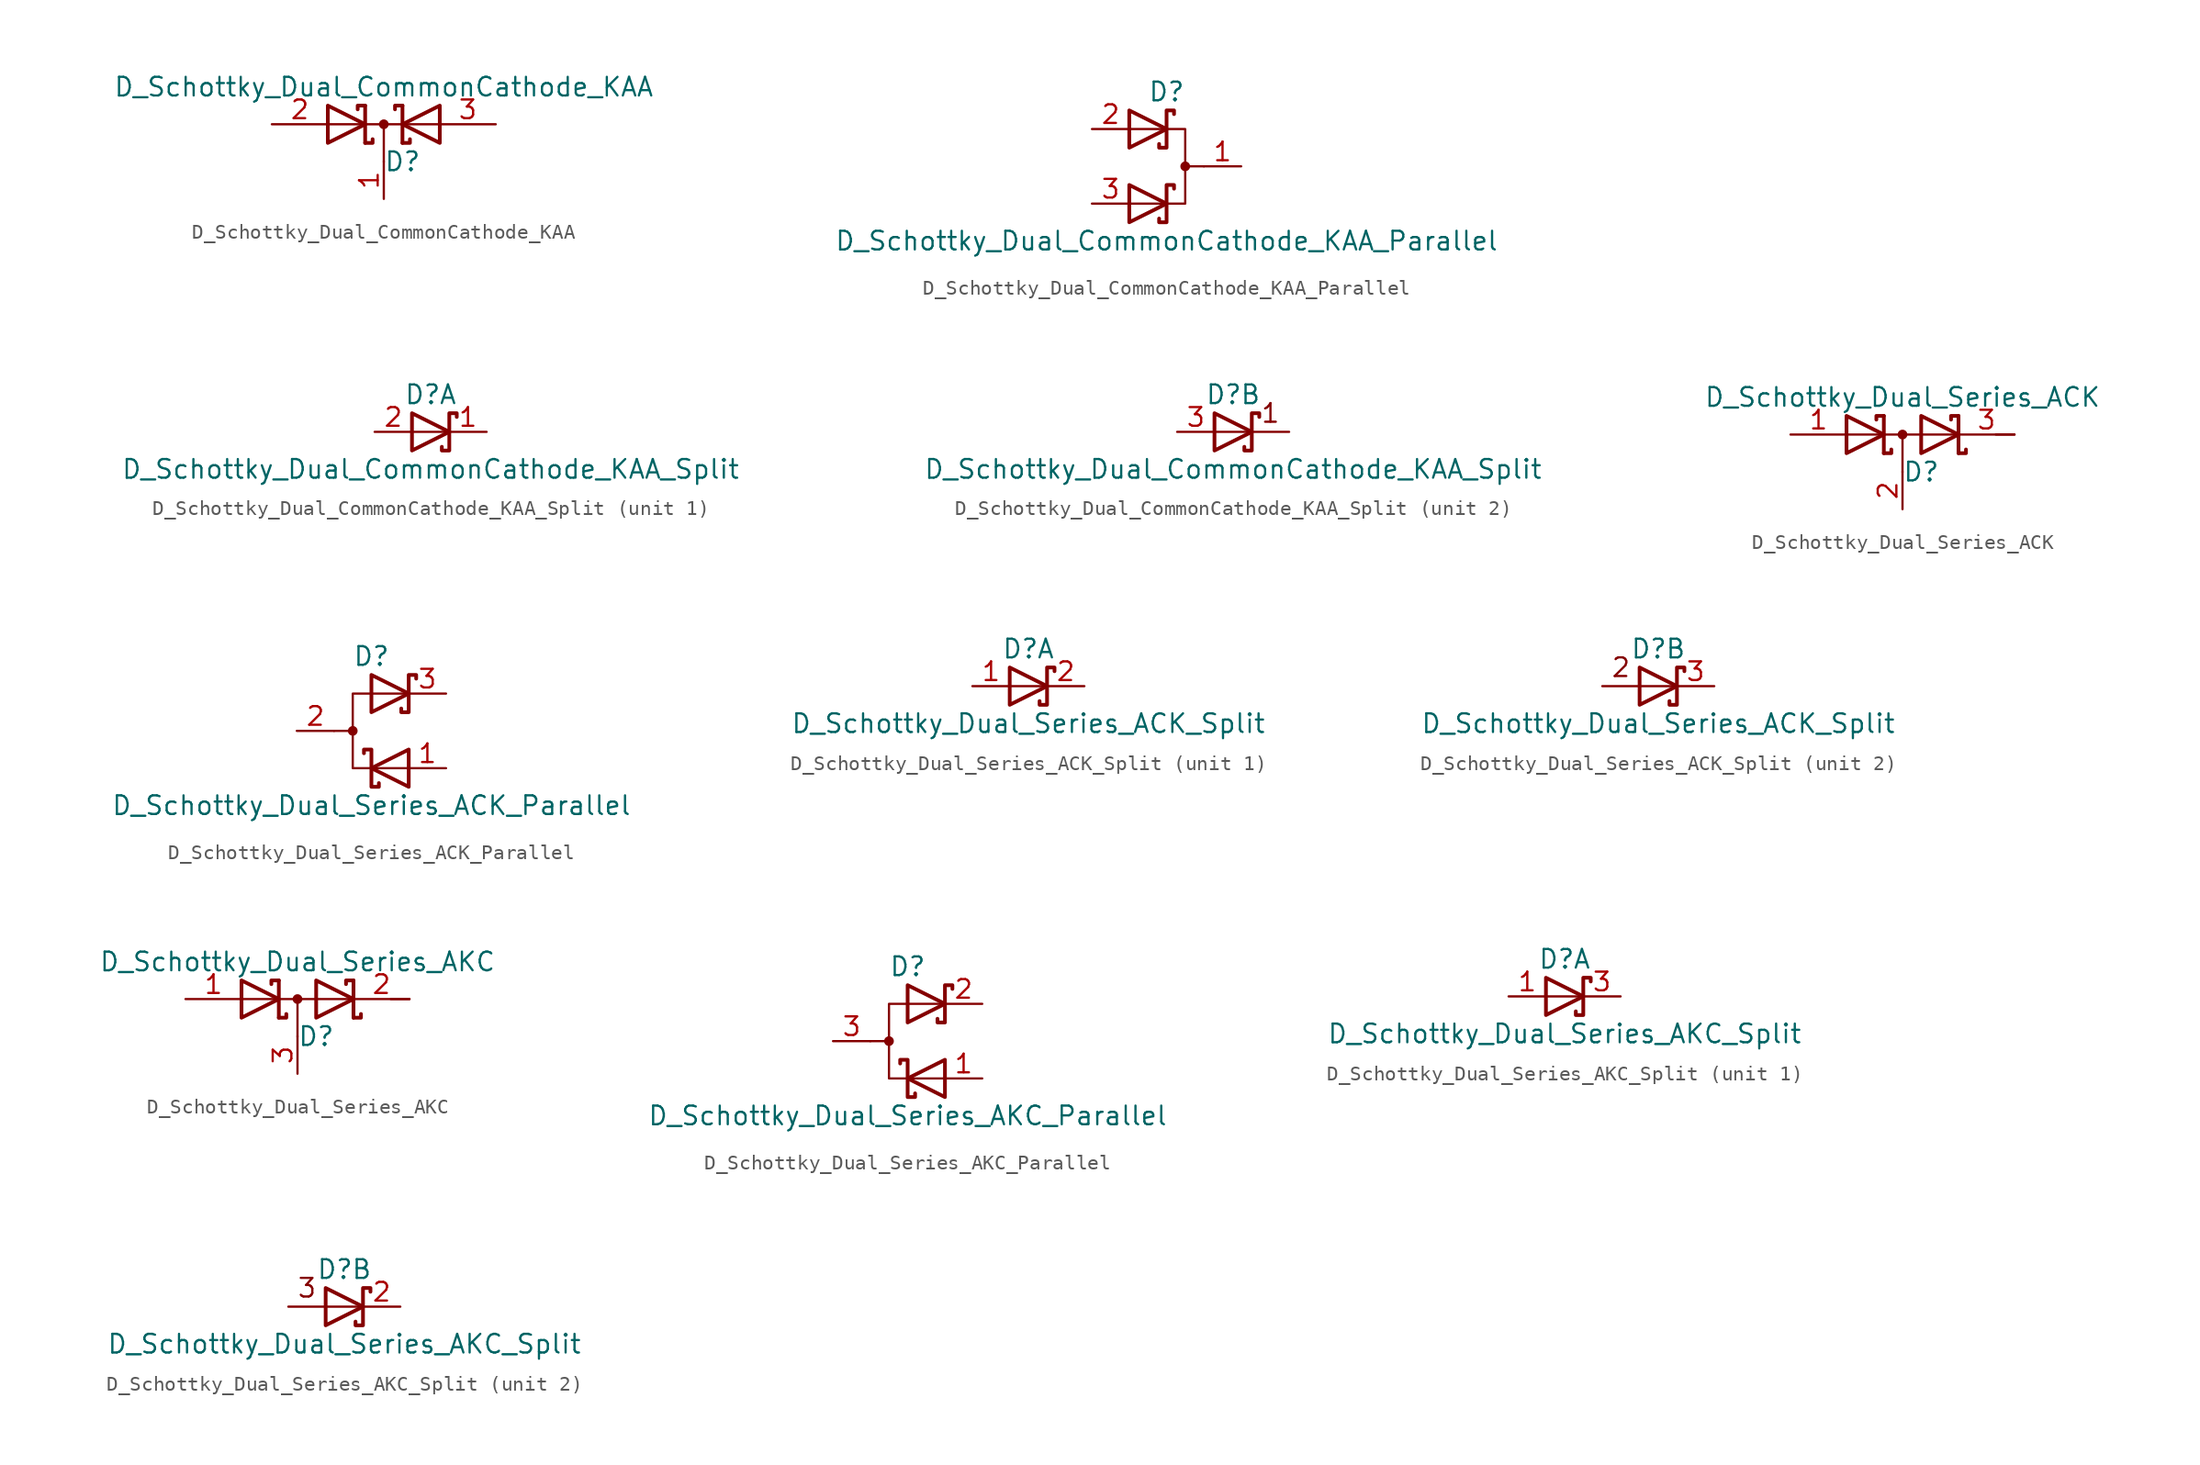
<source format=kicad_sym>
(kicad_symbol_lib
  (version 20201005)
  (generator kicad_symbol_editor)
  (symbol "D_Schottky_Dual_CommonCathode_KAA"
    (pin_names
      (offset 0.762) hide)
    (property "Reference" "D"
      (at 1.27 -2.54 0)
      (effects (font (size 1.27 1.27))))
    (property "Value" "D_Schottky_Dual_CommonCathode_KAA"
      (at 0 2.54 0)
      (effects (font (size 1.27 1.27))))
    (symbol "D_Schottky_Dual_CommonCathode_KAA_0_1"
      (circle (center 0 0) (radius 0.254) (stroke (width 0)) (fill (type outline)))
      (polyline (pts (xy -3.81 0) (xy 3.81 0)) (stroke (width 0)) (fill (type none)))
      (polyline (pts (xy 0 0) (xy 0 -2.54)) (stroke (width 0)) (fill (type none)))
      (polyline (pts (xy -1.27 -1.27) (xy -1.27 1.27) (xy -1.27 1.27)) (stroke (width 0.254)) (fill (type none)))
      (polyline (pts (xy 1.27 -1.27) (xy 1.27 1.27) (xy 1.27 1.27)) (stroke (width 0.254)) (fill (type none)))
      (polyline (pts (xy -1.27 -1.27) (xy -0.762 -1.27) (xy -0.762 -1.016) (xy -0.762 -1.016)) (stroke (width 0.254)) (fill (type none)))
      (polyline (pts (xy 1.27 -1.27) (xy 1.778 -1.27) (xy 1.778 -1.016) (xy 1.778 -1.016)) (stroke (width 0.254)) (fill (type none)))
      (polyline (pts (xy 1.27 1.27) (xy 0.762 1.27) (xy 0.762 1.016) (xy 0.762 1.016)) (stroke (width 0.254)) (fill (type none)))
      (polyline (pts (xy -1.778 1.016) (xy -1.778 1.27) (xy -1.27 1.27) (xy -1.27 1.27) (xy -1.27 1.27)) (stroke (width 0.254)) (fill (type none)))
      (polyline (pts (xy -3.81 1.27) (xy -1.27 0) (xy -3.81 -1.27) (xy -3.81 1.27) (xy -3.81 1.27) (xy -3.81 1.27)) (stroke (width 0.254)) (fill (type none)))
      (polyline (pts (xy 3.81 -1.27) (xy 1.27 0) (xy 3.81 1.27) (xy 3.81 -1.27) (xy 3.81 -1.27) (xy 3.81 -1.27)) (stroke (width 0.254)) (fill (type none)))
      (pin passive line (at 0 -5.08 90) (length 2.54) (name "K" (effects (font (size 1.27 1.27)))) (number "1" (effects (font (size 1.27 1.27)))))
      (pin passive line (at -7.62 0 0) (length 3.81) (name "A" (effects (font (size 1.27 1.27)))) (number "2" (effects (font (size 1.27 1.27)))))
      (pin passive line (at 7.62 0 180) (length 3.81) (name "A" (effects (font (size 1.27 1.27)))) (number "3" (effects (font (size 1.27 1.27)))))))
  (symbol "D_Schottky_Dual_CommonCathode_KAA_Parallel"
    (pin_names
      (offset 0.762) hide)
    (property "Reference" "D"
      (at 0 5.08 0)
      (effects (font (size 1.27 1.27))))
    (property "Value" "D_Schottky_Dual_CommonCathode_KAA_Parallel"
      (at 0 -5.08 0)
      (effects (font (size 1.27 1.27))))
    (symbol "D_Schottky_Dual_CommonCathode_KAA_Parallel_0_1"
      (circle (center 1.27 0) (radius 0.254) (stroke (width 0)) (fill (type outline)))
      (polyline (pts (xy 1.27 0) (xy 2.54 0)) (stroke (width 0)) (fill (type none)))
      (polyline (pts (xy -2.54 -2.54) (xy 1.27 -2.54) (xy 1.27 2.54) (xy -2.54 2.54)) (stroke (width 0)) (fill (type none)))
      (polyline (pts (xy -2.54 -1.27) (xy 0 -2.54) (xy -2.54 -3.81) (xy -2.54 -1.27) (xy -2.54 -1.27) (xy -2.54 -1.27)) (stroke (width 0.254)) (fill (type none)))
      (polyline (pts (xy -2.54 3.81) (xy 0 2.54) (xy -2.54 1.27) (xy -2.54 3.81) (xy -2.54 3.81) (xy -2.54 3.81)) (stroke (width 0.254)) (fill (type none)))
      (polyline (pts (xy 0.508 -1.524) (xy 0.508 -1.27) (xy 0 -1.27) (xy 0 -3.81) (xy -0.508 -3.81) (xy -0.508 -3.556)) (stroke (width 0.254)) (fill (type none)))
      (polyline (pts (xy 0.508 3.556) (xy 0.508 3.81) (xy 0 3.81) (xy 0 1.27) (xy -0.508 1.27) (xy -0.508 1.524)) (stroke (width 0.254)) (fill (type none)))
      (pin passive line (at 5.08 0 180) (length 2.54) (name "A" (effects (font (size 1.27 1.27)))) (number "1" (effects (font (size 1.27 1.27)))))
      (pin passive line (at -5.08 2.54 0) (length 2.54) (name "K" (effects (font (size 1.27 1.27)))) (number "2" (effects (font (size 1.27 1.27)))))
      (pin passive line (at -5.08 -2.54 0) (length 2.54) (name "K" (effects (font (size 1.27 1.27)))) (number "3" (effects (font (size 1.27 1.27)))))))
  (symbol "D_Schottky_Dual_CommonCathode_KAA_Split"
    (pin_names
      (offset 0.762) hide)
    (property "Reference" "D"
      (at 0 2.54 0)
      (effects (font (size 1.27 1.27))))
    (property "Value" "D_Schottky_Dual_CommonCathode_KAA_Split"
      (at 0 -2.54 0)
      (effects (font (size 1.27 1.27))))
    (property "ki_locked" ""
      (at 0 0 0)
      (effects (font (size 1.27 1.27))))
    (symbol "D_Schottky_Dual_CommonCathode_KAA_Split_0_1"
      (polyline (pts (xy -1.27 1.27) (xy 1.27 0) (xy -1.27 -1.27) (xy -1.27 1.27) (xy -1.27 1.27) (xy -1.27 1.27)) (stroke (width 0.254)) (fill (type none)))
      (polyline (pts (xy 1.778 1.016) (xy 1.778 1.27) (xy 1.27 1.27) (xy 1.27 -1.27) (xy 0.762 -1.27) (xy 0.762 -1.016)) (stroke (width 0.254)) (fill (type none))))
    (symbol "D_Schottky_Dual_CommonCathode_KAA_Split_1_1"
      (polyline (pts (xy 1.27 0) (xy -1.27 0)) (stroke (width 0)) (fill (type none)))
      (pin passive line (at 3.81 0 180) (length 2.54) (name "K" (effects (font (size 1.27 1.27)))) (number "1" (effects (font (size 1.27 1.27)))))
      (pin passive line (at -3.81 0 0) (length 2.54) (name "A" (effects (font (size 1.27 1.27)))) (number "2" (effects (font (size 1.27 1.27))))))
    (symbol "D_Schottky_Dual_CommonCathode_KAA_Split_2_0"
      (text "1" (at 2.54 1.27 0) (effects (font (size 1.27 1.27))))
      (polyline (pts (xy 3.81 0) (xy -1.27 0)) (stroke (width 0)) (fill (type none))))
    (symbol "D_Schottky_Dual_CommonCathode_KAA_Split_2_1"
      (pin passive line (at -3.81 0 0) (length 2.54) (name "K" (effects (font (size 1.27 1.27)))) (number "3" (effects (font (size 1.27 1.27)))))))
  (symbol "D_Schottky_Dual_Series_ACK"
    (pin_names
      (offset 0.762) hide)
    (property "Reference" "D"
      (at 1.27 -2.54 0)
      (effects (font (size 1.27 1.27))))
    (property "Value" "D_Schottky_Dual_Series_ACK"
      (at 0 2.54 0)
      (effects (font (size 1.27 1.27))))
    (symbol "D_Schottky_Dual_Series_ACK_0_1"
      (circle (center 0 0) (radius 0.254) (stroke (width 0)) (fill (type outline)))
      (polyline (pts (xy 0 0) (xy 0 -2.54)) (stroke (width 0)) (fill (type none)))
      (polyline (pts (xy 3.81 0) (xy -3.81 0)) (stroke (width 0)) (fill (type none)))
      (polyline (pts (xy 6.35 0) (xy 7.62 0)) (stroke (width 0)) (fill (type none)))
      (polyline (pts (xy -1.27 -1.27) (xy -1.27 1.27) (xy -1.27 1.27)) (stroke (width 0.254)) (fill (type none)))
      (polyline (pts (xy 3.81 1.27) (xy 3.81 -1.27) (xy 3.81 -1.27)) (stroke (width 0.254)) (fill (type none)))
      (polyline (pts (xy -1.27 -1.27) (xy -0.762 -1.27) (xy -0.762 -1.016) (xy -0.762 -1.016)) (stroke (width 0.254)) (fill (type none)))
      (polyline (pts (xy 3.81 -1.27) (xy 4.318 -1.27) (xy 4.318 -1.016) (xy 4.318 -1.016)) (stroke (width 0.254)) (fill (type none)))
      (polyline (pts (xy 3.81 1.27) (xy 3.302 1.27) (xy 3.302 1.016) (xy 3.302 1.016)) (stroke (width 0.254)) (fill (type none)))
      (polyline (pts (xy -1.778 1.016) (xy -1.778 1.27) (xy -1.27 1.27) (xy -1.27 1.27) (xy -1.27 1.27)) (stroke (width 0.254)) (fill (type none)))
      (polyline (pts (xy -3.81 1.27) (xy -1.27 0) (xy -3.81 -1.27) (xy -3.81 1.27) (xy -3.81 1.27) (xy -3.81 1.27)) (stroke (width 0.254)) (fill (type none)))
      (polyline (pts (xy 1.27 1.27) (xy 3.81 0) (xy 1.27 -1.27) (xy 1.27 1.27) (xy 1.27 1.27) (xy 1.27 1.27)) (stroke (width 0.254)) (fill (type none)))
      (pin passive line (at -7.62 0 0) (length 3.81) (name "A" (effects (font (size 1.27 1.27)))) (number "1" (effects (font (size 1.27 1.27)))))
      (pin passive line (at 0 -5.08 90) (length 2.54) (name "common" (effects (font (size 1.27 1.27)))) (number "2" (effects (font (size 1.27 1.27)))))
      (pin passive line (at 7.62 0 180) (length 3.81) (name "K" (effects (font (size 1.27 1.27)))) (number "3" (effects (font (size 1.27 1.27)))))))
  (symbol "D_Schottky_Dual_Series_ACK_Parallel"
    (pin_names
      (offset 0.762) hide)
    (property "Reference" "D"
      (at 0 5.08 0)
      (effects (font (size 1.27 1.27))))
    (property "Value" "D_Schottky_Dual_Series_ACK_Parallel"
      (at 0 -5.08 0)
      (effects (font (size 1.27 1.27))))
    (symbol "D_Schottky_Dual_Series_ACK_Parallel_0_1"
      (circle (center -1.27 0) (radius 0.254) (stroke (width 0)) (fill (type outline)))
      (polyline (pts (xy -1.27 0) (xy -2.54 0)) (stroke (width 0)) (fill (type none)))
      (polyline (pts (xy 2.54 2.54) (xy -1.27 2.54) (xy -1.27 -2.54) (xy 2.54 -2.54)) (stroke (width 0)) (fill (type none)))
      (polyline (pts (xy -0.508 -1.524) (xy -0.508 -1.27) (xy 0 -1.27) (xy 0 -3.81) (xy 0.508 -3.81) (xy 0.508 -3.556)) (stroke (width 0.254)) (fill (type none)))
      (polyline (pts (xy 0 3.81) (xy 2.54 2.54) (xy 0 1.27) (xy 0 3.81) (xy 0 3.81) (xy 0 3.81)) (stroke (width 0.254)) (fill (type none)))
      (polyline (pts (xy 2.54 -1.27) (xy 0 -2.54) (xy 2.54 -3.81) (xy 2.54 -1.27) (xy 2.54 -1.27) (xy 2.54 -1.27)) (stroke (width 0.254)) (fill (type none)))
      (polyline (pts (xy 3.048 3.556) (xy 3.048 3.81) (xy 2.54 3.81) (xy 2.54 1.27) (xy 2.032 1.27) (xy 2.032 1.524)) (stroke (width 0.254)) (fill (type none)))
      (pin passive line (at 5.08 -2.54 180) (length 2.54) (name "K" (effects (font (size 1.27 1.27)))) (number "1" (effects (font (size 1.27 1.27)))))
      (pin passive line (at -5.08 0 0) (length 2.54) (name "A" (effects (font (size 1.27 1.27)))) (number "2" (effects (font (size 1.27 1.27)))))
      (pin passive line (at 5.08 2.54 180) (length 2.54) (name "K" (effects (font (size 1.27 1.27)))) (number "3" (effects (font (size 1.27 1.27)))))))
  (symbol "D_Schottky_Dual_Series_ACK_Split"
    (pin_names
      (offset 0.762) hide)
    (property "Reference" "D"
      (at 0 2.54 0)
      (effects (font (size 1.27 1.27))))
    (property "Value" "D_Schottky_Dual_Series_ACK_Split"
      (at 0 -2.54 0)
      (effects (font (size 1.27 1.27))))
    (property "ki_locked" ""
      (at 0 0 0)
      (effects (font (size 1.27 1.27))))
    (symbol "D_Schottky_Dual_Series_ACK_Split_0_1"
      (polyline (pts (xy -1.27 1.27) (xy 1.27 0) (xy -1.27 -1.27) (xy -1.27 1.27) (xy -1.27 1.27) (xy -1.27 1.27)) (stroke (width 0.254)) (fill (type none)))
      (polyline (pts (xy 1.778 1.016) (xy 1.778 1.27) (xy 1.27 1.27) (xy 1.27 -1.27) (xy 0.762 -1.27) (xy 0.762 -1.016)) (stroke (width 0.254)) (fill (type none))))
    (symbol "D_Schottky_Dual_Series_ACK_Split_1_1"
      (polyline (pts (xy 1.27 0) (xy -1.27 0)) (stroke (width 0)) (fill (type none)))
      (pin passive line (at -3.81 0 0) (length 2.54) (name "A" (effects (font (size 1.27 1.27)))) (number "1" (effects (font (size 1.27 1.27)))))
      (pin passive line (at 3.81 0 180) (length 2.54) (name "K" (effects (font (size 1.27 1.27)))) (number "2" (effects (font (size 1.27 1.27))))))
    (symbol "D_Schottky_Dual_Series_ACK_Split_2_0"
      (text "2" (at -2.54 1.27 0) (effects (font (size 1.27 1.27))))
      (polyline (pts (xy 1.27 0) (xy -3.81 0)) (stroke (width 0)) (fill (type none))))
    (symbol "D_Schottky_Dual_Series_ACK_Split_2_1"
      (pin passive line (at 3.81 0 180) (length 2.54) (name "K" (effects (font (size 1.27 1.27)))) (number "3" (effects (font (size 1.27 1.27)))))))
  (symbol "D_Schottky_Dual_Series_AKC"
    (pin_names
      (offset 0.762) hide)
    (property "Reference" "D"
      (at 1.27 -2.54 0)
      (effects (font (size 1.27 1.27))))
    (property "Value" "D_Schottky_Dual_Series_AKC"
      (at 0 2.54 0)
      (effects (font (size 1.27 1.27))))
    (symbol "D_Schottky_Dual_Series_AKC_0_1"
      (circle (center 0 0) (radius 0.254) (stroke (width 0)) (fill (type outline)))
      (polyline (pts (xy -3.81 0) (xy 3.81 0)) (stroke (width 0)) (fill (type none)))
      (polyline (pts (xy 0 0) (xy 0 -2.54)) (stroke (width 0)) (fill (type none)))
      (polyline (pts (xy 6.35 0) (xy 7.62 0)) (stroke (width 0)) (fill (type none)))
      (polyline (pts (xy -1.27 -1.27) (xy -1.27 1.27) (xy -1.27 1.27)) (stroke (width 0.254)) (fill (type none)))
      (polyline (pts (xy 3.81 1.27) (xy 3.81 -1.27) (xy 3.81 -1.27)) (stroke (width 0.254)) (fill (type none)))
      (polyline (pts (xy -1.27 -1.27) (xy -0.762 -1.27) (xy -0.762 -1.016) (xy -0.762 -1.016)) (stroke (width 0.254)) (fill (type none)))
      (polyline (pts (xy 3.81 -1.27) (xy 4.318 -1.27) (xy 4.318 -1.016) (xy 4.318 -1.016)) (stroke (width 0.254)) (fill (type none)))
      (polyline (pts (xy 3.81 1.27) (xy 3.302 1.27) (xy 3.302 1.016) (xy 3.302 1.016)) (stroke (width 0.254)) (fill (type none)))
      (polyline (pts (xy -1.778 1.016) (xy -1.778 1.27) (xy -1.27 1.27) (xy -1.27 1.27) (xy -1.27 1.27)) (stroke (width 0.254)) (fill (type none)))
      (polyline (pts (xy -3.81 1.27) (xy -1.27 0) (xy -3.81 -1.27) (xy -3.81 1.27) (xy -3.81 1.27) (xy -3.81 1.27)) (stroke (width 0.254)) (fill (type none)))
      (polyline (pts (xy 1.27 1.27) (xy 3.81 0) (xy 1.27 -1.27) (xy 1.27 1.27) (xy 1.27 1.27) (xy 1.27 1.27)) (stroke (width 0.254)) (fill (type none)))
      (pin passive line (at -7.62 0 0) (length 3.81) (name "A" (effects (font (size 1.27 1.27)))) (number "1" (effects (font (size 1.27 1.27)))))
      (pin passive line (at 7.62 0 180) (length 3.81) (name "K" (effects (font (size 1.27 1.27)))) (number "2" (effects (font (size 1.27 1.27)))))
      (pin passive line (at 0 -5.08 90) (length 2.54) (name "common" (effects (font (size 1.27 1.27)))) (number "3" (effects (font (size 1.27 1.27)))))))
  (symbol "D_Schottky_Dual_Series_AKC_Parallel"
    (pin_names
      (offset 0.762) hide)
    (property "Reference" "D"
      (at 0 5.08 0)
      (effects (font (size 1.27 1.27))))
    (property "Value" "D_Schottky_Dual_Series_AKC_Parallel"
      (at 0 -5.08 0)
      (effects (font (size 1.27 1.27))))
    (symbol "D_Schottky_Dual_Series_AKC_Parallel_0_1"
      (circle (center -1.27 0) (radius 0.254) (stroke (width 0)) (fill (type outline)))
      (polyline (pts (xy -1.27 0) (xy -2.54 0)) (stroke (width 0)) (fill (type none)))
      (polyline (pts (xy 2.54 2.54) (xy -1.27 2.54) (xy -1.27 -2.54) (xy 2.54 -2.54)) (stroke (width 0)) (fill (type none)))
      (polyline (pts (xy -0.508 -1.524) (xy -0.508 -1.27) (xy 0 -1.27) (xy 0 -3.81) (xy 0.508 -3.81) (xy 0.508 -3.556)) (stroke (width 0.254)) (fill (type none)))
      (polyline (pts (xy 0 3.81) (xy 2.54 2.54) (xy 0 1.27) (xy 0 3.81) (xy 0 3.81) (xy 0 3.81)) (stroke (width 0.254)) (fill (type none)))
      (polyline (pts (xy 2.54 -1.27) (xy 0 -2.54) (xy 2.54 -3.81) (xy 2.54 -1.27) (xy 2.54 -1.27) (xy 2.54 -1.27)) (stroke (width 0.254)) (fill (type none)))
      (polyline (pts (xy 3.048 3.556) (xy 3.048 3.81) (xy 2.54 3.81) (xy 2.54 1.27) (xy 2.032 1.27) (xy 2.032 1.524)) (stroke (width 0.254)) (fill (type none)))
      (pin passive line (at 5.08 -2.54 180) (length 2.54) (name "K" (effects (font (size 1.27 1.27)))) (number "1" (effects (font (size 1.27 1.27)))))
      (pin passive line (at 5.08 2.54 180) (length 2.54) (name "K" (effects (font (size 1.27 1.27)))) (number "2" (effects (font (size 1.27 1.27)))))
      (pin passive line (at -5.08 0 0) (length 2.54) (name "A" (effects (font (size 1.27 1.27)))) (number "3" (effects (font (size 1.27 1.27)))))))
  (symbol "D_Schottky_Dual_Series_AKC_Split"
    (pin_names
      (offset 0.762) hide)
    (property "Reference" "D"
      (at 0 2.54 0)
      (effects (font (size 1.27 1.27))))
    (property "Value" "D_Schottky_Dual_Series_AKC_Split"
      (at 0 -2.54 0)
      (effects (font (size 1.27 1.27))))
    (property "ki_locked" ""
      (at 0 0 0)
      (effects (font (size 1.27 1.27))))
    (symbol "D_Schottky_Dual_Series_AKC_Split_0_1"
      (polyline (pts (xy -1.27 1.27) (xy 1.27 0) (xy -1.27 -1.27) (xy -1.27 1.27) (xy -1.27 1.27) (xy -1.27 1.27)) (stroke (width 0.254)) (fill (type none)))
      (polyline (pts (xy 1.778 1.016) (xy 1.778 1.27) (xy 1.27 1.27) (xy 1.27 -1.27) (xy 0.762 -1.27) (xy 0.762 -1.016)) (stroke (width 0.254)) (fill (type none))))
    (symbol "D_Schottky_Dual_Series_AKC_Split_1_1"
      (polyline (pts (xy 1.27 0) (xy -1.27 0)) (stroke (width 0)) (fill (type none)))
      (pin passive line (at -3.81 0 0) (length 2.54) (name "A" (effects (font (size 1.27 1.27)))) (number "1" (effects (font (size 1.27 1.27)))))
      (pin passive line (at 3.81 0 180) (length 2.54) (name "K" (effects (font (size 1.27 1.27)))) (number "3" (effects (font (size 1.27 1.27))))))
    (symbol "D_Schottky_Dual_Series_AKC_Split_2_0"
      (text "3" (at -2.54 1.27 0) (effects (font (size 1.27 1.27))))
      (polyline (pts (xy 1.27 0) (xy -3.81 0)) (stroke (width 0)) (fill (type none))))
    (symbol "D_Schottky_Dual_Series_AKC_Split_2_1"
      (pin passive line (at 3.81 0 180) (length 2.54) (name "K" (effects (font (size 1.27 1.27)))) (number "2" (effects (font (size 1.27 1.27))))))))
</source>
